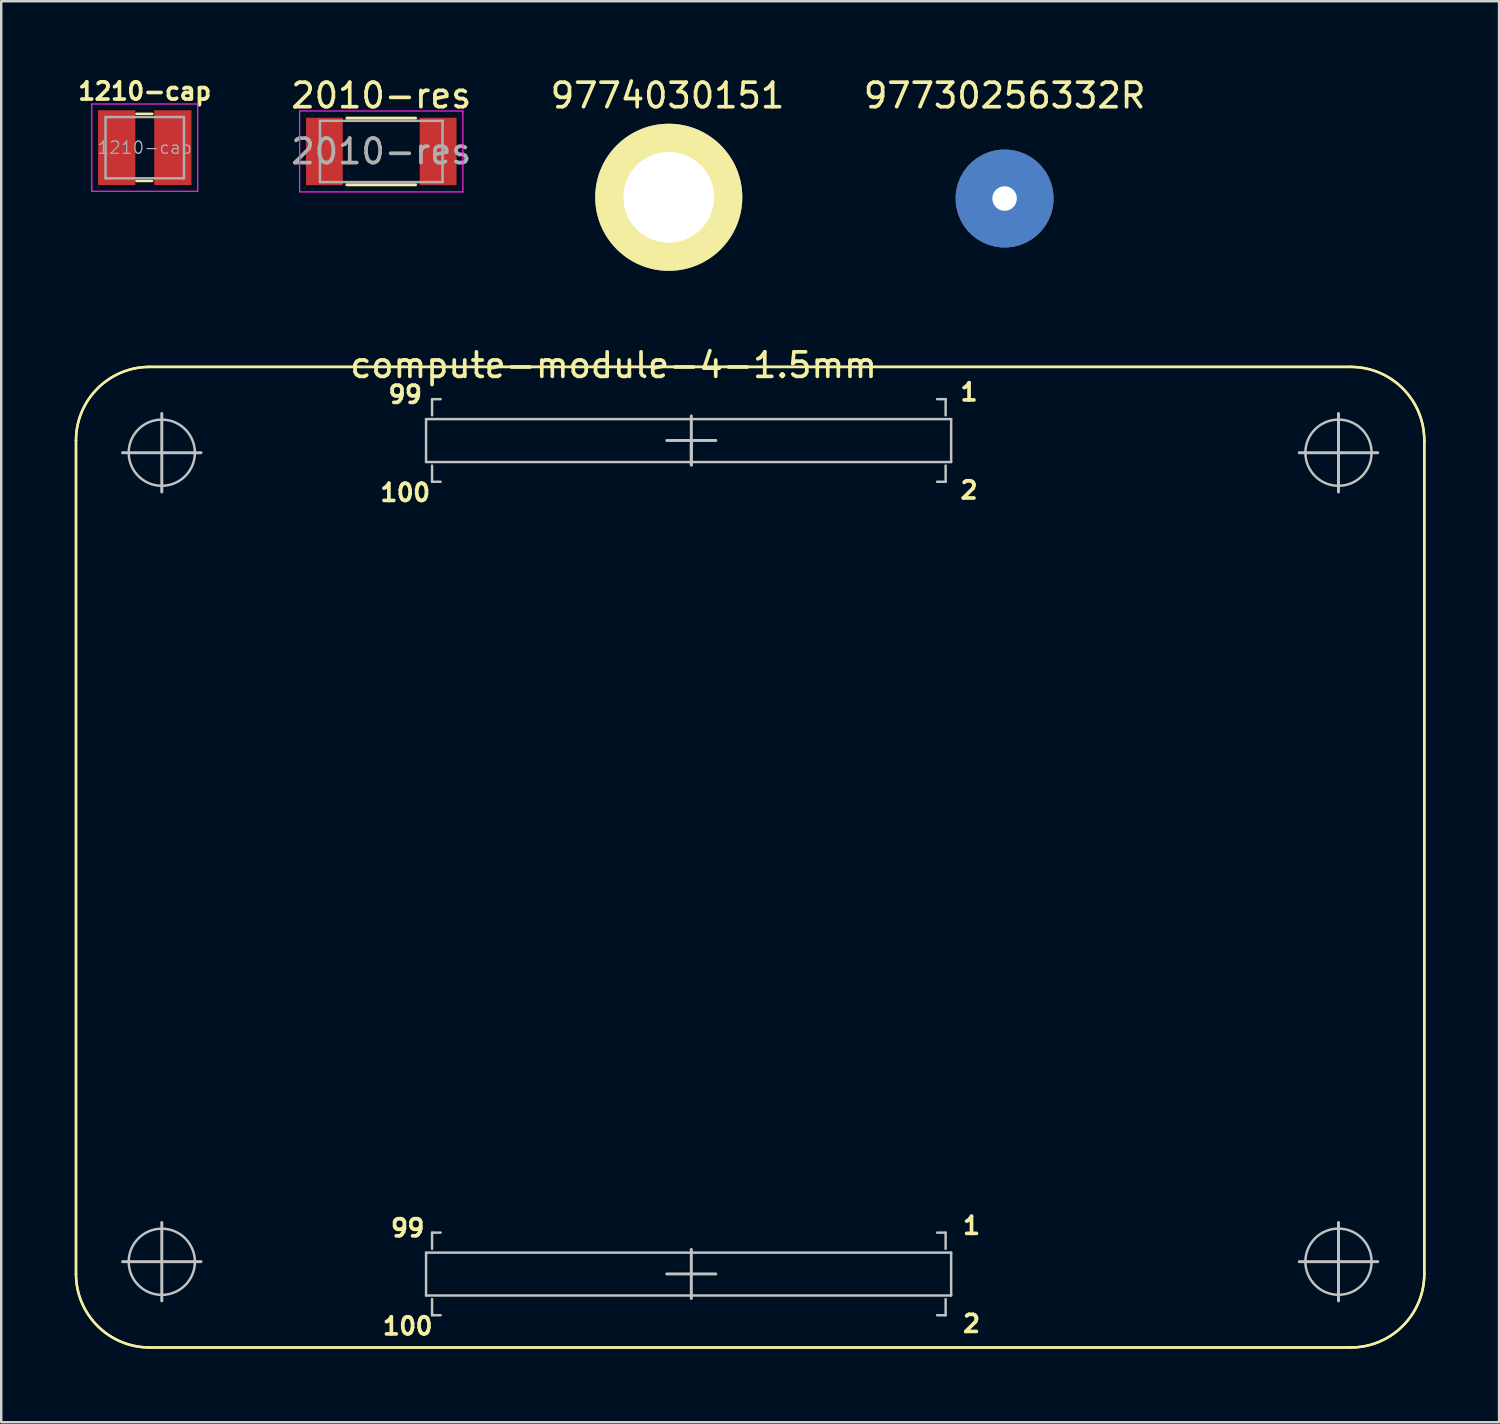
<source format=kicad_pcb>
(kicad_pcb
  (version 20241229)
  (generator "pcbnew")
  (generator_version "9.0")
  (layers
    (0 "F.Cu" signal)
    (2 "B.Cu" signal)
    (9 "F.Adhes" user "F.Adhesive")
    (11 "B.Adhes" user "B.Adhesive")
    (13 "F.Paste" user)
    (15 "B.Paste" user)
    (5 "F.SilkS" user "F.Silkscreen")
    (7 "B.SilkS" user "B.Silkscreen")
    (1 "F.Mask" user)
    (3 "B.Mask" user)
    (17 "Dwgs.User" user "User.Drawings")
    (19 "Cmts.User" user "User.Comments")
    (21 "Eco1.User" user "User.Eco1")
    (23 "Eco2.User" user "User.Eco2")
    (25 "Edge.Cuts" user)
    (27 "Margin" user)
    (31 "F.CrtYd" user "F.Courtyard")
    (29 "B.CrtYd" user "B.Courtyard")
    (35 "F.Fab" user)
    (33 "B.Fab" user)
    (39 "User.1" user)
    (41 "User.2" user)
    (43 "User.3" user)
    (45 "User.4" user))
  (footprint "compute-module-4-1.5mm"
    (layer "F.Cu")
    (at 21.98 11.347)
    (property "Reference" "compute-module-4-1.5mm" (at 0 0.5 0) (layer "F.SilkS") (effects (font (size 1 1) (thickness 0.15))))
    (attr through_hole)
    (fp_line (start -21.93 37.57) (end -21.93 3.57) (stroke (width 0.1) (type solid)) (layer "F.SilkS"))
    (fp_line (start -21.93 37.57) (end -21.93 3.57) (stroke (width 0.1) (type solid)) (layer "F.SilkS"))
    (fp_line (start -18.93 0.57) (end 30.07 0.57) (stroke (width 0.1) (type solid)) (layer "F.SilkS"))
    (fp_line (start -18.93 0.57) (end 30.07 0.57) (stroke (width 0.1) (type solid)) (layer "F.SilkS"))
    (fp_line (start 30.07 40.57) (end -18.93 40.57) (stroke (width 0.1) (type solid)) (layer "F.SilkS"))
    (fp_line (start 30.07 40.57) (end -18.93 40.57) (stroke (width 0.1) (type solid)) (layer "F.SilkS"))
    (fp_line (start 33.07 3.57) (end 33.07 37.57) (stroke (width 0.1) (type solid)) (layer "F.SilkS"))
    (fp_line (start 33.07 3.57) (end 33.07 37.57) (stroke (width 0.1) (type solid)) (layer "F.SilkS"))
    (fp_arc (start -21.93 3.570001) (mid -21.05132 1.448681) (end -18.93 0.57) (stroke (width 0.1) (type solid)) (layer "F.SilkS"))
    (fp_arc (start -21.929999 3.570001) (mid -21.051319 1.448682) (end -18.93 0.570001) (stroke (width 0.1) (type solid)) (layer "F.SilkS"))
    (fp_arc (start -18.929999 40.57) (mid -21.05132 39.691321) (end -21.929999 37.57) (stroke (width 0.1) (type solid)) (layer "F.SilkS"))
    (fp_arc (start -18.929999 40.57) (mid -21.05132 39.691321) (end -21.929999 37.57) (stroke (width 0.1) (type solid)) (layer "F.SilkS"))
    (fp_arc (start 30.070001 0.57) (mid 32.191319 1.448682) (end 33.070001 3.57) (stroke (width 0.1) (type solid)) (layer "F.SilkS"))
    (fp_arc (start 30.070001 0.57) (mid 32.191319 1.448682) (end 33.070001 3.57) (stroke (width 0.1) (type solid)) (layer "F.SilkS"))
    (fp_arc (start 33.07 37.57) (mid 32.19132 39.691319) (end 30.070001 40.57) (stroke (width 0.1) (type solid)) (layer "F.SilkS"))
    (fp_arc (start 33.07 37.57) (mid 32.19132 39.691319) (end 30.070001 40.57) (stroke (width 0.1) (type solid)) (layer "F.SilkS"))
    (fp_line (start -18.43 4.07) (end -20.03 4.07) (stroke (width 0.12) (type solid)) (layer "Dwgs.User"))
    (fp_line (start -18.43 4.07) (end -18.43 2.47) (stroke (width 0.12) (type solid)) (layer "Dwgs.User"))
    (fp_line (start -18.43 4.07) (end -18.43 5.67) (stroke (width 0.12) (type solid)) (layer "Dwgs.User"))
    (fp_line (start -18.43 4.07) (end -16.83 4.07) (stroke (width 0.12) (type solid)) (layer "Dwgs.User"))
    (fp_line (start -18.43 37.07) (end -20.03 37.07) (stroke (width 0.12) (type solid)) (layer "Dwgs.User"))
    (fp_line (start -18.43 37.07) (end -18.43 35.47) (stroke (width 0.12) (type solid)) (layer "Dwgs.User"))
    (fp_line (start -18.43 37.07) (end -18.43 38.67) (stroke (width 0.12) (type solid)) (layer "Dwgs.User"))
    (fp_line (start -18.43 37.07) (end -16.83 37.07) (stroke (width 0.12) (type solid)) (layer "Dwgs.User"))
    (fp_line (start -7.65 2.7) (end -7.65 4.45) (stroke (width 0.1) (type solid)) (layer "Dwgs.User"))
    (fp_line (start -7.65 4.45) (end 13.77 4.45) (stroke (width 0.1) (type solid)) (layer "Dwgs.User"))
    (fp_line (start -7.65 36.7) (end -7.65 38.45) (stroke (width 0.1) (type solid)) (layer "Dwgs.User"))
    (fp_line (start -7.65 38.45) (end 13.77 38.45) (stroke (width 0.1) (type solid)) (layer "Dwgs.User"))
    (fp_line (start -7.405 1.885) (end -7.055 1.885) (stroke (width 0.1) (type solid)) (layer "Dwgs.User"))
    (fp_line (start -7.405 2.545) (end -7.405 1.885) (stroke (width 0.1) (type solid)) (layer "Dwgs.User"))
    (fp_line (start -7.405 5.255) (end -7.405 4.595) (stroke (width 0.1) (type solid)) (layer "Dwgs.User"))
    (fp_line (start -7.405 35.885) (end -7.055 35.885) (stroke (width 0.1) (type solid)) (layer "Dwgs.User"))
    (fp_line (start -7.405 36.545) (end -7.405 35.885) (stroke (width 0.1) (type solid)) (layer "Dwgs.User"))
    (fp_line (start -7.405 39.255) (end -7.405 38.595) (stroke (width 0.1) (type solid)) (layer "Dwgs.User"))
    (fp_line (start -7.405 39.255) (end -7.055 39.255) (stroke (width 0.1) (type solid)) (layer "Dwgs.User"))
    (fp_line (start -7.055 5.255) (end -7.405 5.255) (stroke (width 0.1) (type solid)) (layer "Dwgs.User"))
    (fp_line (start 3.17 3.57) (end 2.17 3.57) (stroke (width 0.12) (type solid)) (layer "Dwgs.User"))
    (fp_line (start 3.17 3.57) (end 3.17 4.57) (stroke (width 0.12) (type solid)) (layer "Dwgs.User"))
    (fp_line (start 3.17 3.57) (end 4.17 3.57) (stroke (width 0.12) (type solid)) (layer "Dwgs.User"))
    (fp_line (start 3.17 4.57) (end 3.17 2.57) (stroke (width 0.12) (type solid)) (layer "Dwgs.User"))
    (fp_line (start 3.17 37.57) (end 2.17 37.57) (stroke (width 0.12) (type solid)) (layer "Dwgs.User"))
    (fp_line (start 3.17 37.57) (end 4.17 37.57) (stroke (width 0.12) (type solid)) (layer "Dwgs.User"))
    (fp_line (start 3.17 38.57) (end 3.17 36.57) (stroke (width 0.12) (type solid)) (layer "Dwgs.User"))
    (fp_line (start 13.545 1.885) (end 13.195 1.885) (stroke (width 0.1) (type solid)) (layer "Dwgs.User"))
    (fp_line (start 13.545 2.545) (end 13.545 1.885) (stroke (width 0.1) (type solid)) (layer "Dwgs.User"))
    (fp_line (start 13.545 4.595) (end 13.545 5.255) (stroke (width 0.1) (type solid)) (layer "Dwgs.User"))
    (fp_line (start 13.545 5.255) (end 13.195 5.255) (stroke (width 0.1) (type solid)) (layer "Dwgs.User"))
    (fp_line (start 13.545 35.885) (end 13.195 35.885) (stroke (width 0.1) (type solid)) (layer "Dwgs.User"))
    (fp_line (start 13.545 35.885) (end 13.545 36.545) (stroke (width 0.1) (type solid)) (layer "Dwgs.User"))
    (fp_line (start 13.545 38.595) (end 13.545 39.255) (stroke (width 0.1) (type solid)) (layer "Dwgs.User"))
    (fp_line (start 13.545 39.255) (end 13.195 39.255) (stroke (width 0.1) (type solid)) (layer "Dwgs.User"))
    (fp_line (start 13.77 2.7) (end -7.65 2.7) (stroke (width 0.1) (type solid)) (layer "Dwgs.User"))
    (fp_line (start 13.77 4.45) (end 13.77 2.7) (stroke (width 0.1) (type solid)) (layer "Dwgs.User"))
    (fp_line (start 13.77 36.7) (end -7.65 36.7) (stroke (width 0.1) (type solid)) (layer "Dwgs.User"))
    (fp_line (start 13.77 38.45) (end 13.77 36.7) (stroke (width 0.1) (type solid)) (layer "Dwgs.User"))
    (fp_line (start 29.57 4.07) (end 27.97 4.07) (stroke (width 0.12) (type solid)) (layer "Dwgs.User"))
    (fp_line (start 29.57 4.07) (end 29.57 2.47) (stroke (width 0.12) (type solid)) (layer "Dwgs.User"))
    (fp_line (start 29.57 4.07) (end 29.57 5.67) (stroke (width 0.12) (type solid)) (layer "Dwgs.User"))
    (fp_line (start 29.57 4.07) (end 31.17 4.07) (stroke (width 0.12) (type solid)) (layer "Dwgs.User"))
    (fp_line (start 29.57 37.07) (end 27.97 37.07) (stroke (width 0.12) (type solid)) (layer "Dwgs.User"))
    (fp_line (start 29.57 37.07) (end 29.57 35.47) (stroke (width 0.12) (type solid)) (layer "Dwgs.User"))
    (fp_line (start 29.57 37.07) (end 29.57 38.67) (stroke (width 0.12) (type solid)) (layer "Dwgs.User"))
    (fp_line (start 29.57 37.07) (end 31.17 37.07) (stroke (width 0.12) (type solid)) (layer "Dwgs.User"))
    (fp_circle (center -18.43 37.074) (end -19.78 37.074) (stroke (width 0.1) (type solid)) (fill no) (layer "Dwgs.User"))
    (fp_circle (center -18.43 4.07) (end -19.78 4.07) (stroke (width 0.1) (type solid)) (fill no) (layer "Dwgs.User"))
    (fp_circle (center 29.57 4.07) (end 28.22 4.07) (stroke (width 0.1) (type solid)) (fill no) (layer "Dwgs.User"))
    (fp_circle (center 29.57 37.07) (end 28.22 37.07) (stroke (width 0.1) (type solid)) (fill no) (layer "Dwgs.User"))
    (fp_text user "100" (at -8.5 5.7 0) (layer "F.SilkS") (effects (font (size 0.7 0.7) (thickness 0.15))))
    (fp_text user "2" (at 14.6 39.6 0) (layer "F.SilkS") (effects (font (size 0.7 0.7) (thickness 0.15))))
    (fp_text user "100" (at -8.4 39.7 0) (layer "F.SilkS") (effects (font (size 0.7 0.7) (thickness 0.15))))
    (fp_text user "99" (at -8.5 1.7 0) (layer "F.SilkS") (effects (font (size 0.7 0.7) (thickness 0.15))))
    (fp_text user "1" (at 14.5 1.6 0) (layer "F.SilkS") (effects (font (size 0.7 0.7) (thickness 0.15))))
    (fp_text user "2" (at 14.5 5.6 0) (layer "F.SilkS") (effects (font (size 0.7 0.7) (thickness 0.15))))
    (fp_text user "99" (at -8.4 35.7 0) (layer "F.SilkS") (effects (font (size 0.7 0.7) (thickness 0.15))))
    (fp_text user "1" (at 14.6 35.6 0) (layer "F.SilkS") (effects (font (size 0.7 0.7) (thickness 0.15)))))
  (footprint "2010-res"
    (layer "F.Cu")
    (at 12.502 3.128)
    (property "Reference" "2010-res" (at 0 -2.28 0) (layer "F.SilkS") (effects (font (size 1 1) (thickness 0.15))))
    (attr smd)
    (fp_line (start -1.402 -1.36) (end 1.402 -1.36) (stroke (width 0.12) (type solid)) (layer "F.SilkS"))
    (fp_line (start -1.402 1.36) (end 1.402 1.36) (stroke (width 0.12) (type solid)) (layer "F.SilkS"))
    (fp_line (start -3.33 -1.65) (end 3.33 -1.65) (stroke (width 0.05) (type solid)) (layer "F.CrtYd"))
    (fp_line (start -3.33 1.65) (end -3.33 -1.65) (stroke (width 0.05) (type solid)) (layer "F.CrtYd"))
    (fp_line (start 3.33 -1.65) (end 3.33 1.65) (stroke (width 0.05) (type solid)) (layer "F.CrtYd"))
    (fp_line (start 3.33 1.65) (end -3.33 1.65) (stroke (width 0.05) (type solid)) (layer "F.CrtYd"))
    (fp_line (start -2.5 -1.25) (end 2.5 -1.25) (stroke (width 0.1) (type solid)) (layer "F.Fab"))
    (fp_line (start -2.5 1.25) (end -2.5 -1.25) (stroke (width 0.1) (type solid)) (layer "F.Fab"))
    (fp_line (start 2.5 -1.25) (end 2.5 1.25) (stroke (width 0.1) (type solid)) (layer "F.Fab"))
    (fp_line (start 2.5 1.25) (end -2.5 1.25) (stroke (width 0.1) (type solid)) (layer "F.Fab"))
    (fp_text user "${REFERENCE}" (at 0 0 0) (layer "F.Fab") (effects (font (size 1 1) (thickness 0.15))))
    (pad "1" smd rect (at -2.32 0) (size 1.5 2.75) (layers "F.Cu" "F.Mask" "F.Paste"))
    (pad "2" smd rect (at 2.32 0) (size 1.5 2.75) (layers "F.Cu" "F.Mask" "F.Paste")))
  (footprint "1210-cap"
    (layer "F.Cu")
    (at 2.855 2.973)
    (property "Reference" "1210-cap" (at 0 -2.3 0) (layer "F.SilkS") (effects (font (size 0.7 0.7) (thickness 0.15))))
    (attr smd)
    (fp_line (start -0.34 -1.38) (end 0.31 -1.38) (stroke (width 0.1) (type solid)) (layer "F.SilkS"))
    (fp_line (start -0.34 1.36) (end 0.3 1.36) (stroke (width 0.1) (type solid)) (layer "F.SilkS"))
    (fp_line (start -2.16 -1.78) (end 2.16 -1.78) (stroke (width 0.05) (type solid)) (layer "F.CrtYd"))
    (fp_line (start -2.16 1.78) (end -2.16 -1.78) (stroke (width 0.05) (type solid)) (layer "F.CrtYd"))
    (fp_line (start 2.16 -1.78) (end 2.16 1.78) (stroke (width 0.05) (type solid)) (layer "F.CrtYd"))
    (fp_line (start 2.16 1.78) (end -2.16 1.78) (stroke (width 0.05) (type solid)) (layer "F.CrtYd"))
    (fp_line (start -1.6 -1.25) (end -1.6 1.25) (stroke (width 0.1) (type solid)) (layer "F.Fab"))
    (fp_line (start -1.6 -1.25) (end 1.6 -1.25) (stroke (width 0.1) (type solid)) (layer "F.Fab"))
    (fp_line (start -1.6 1.25) (end 1.6 1.25) (stroke (width 0.1) (type solid)) (layer "F.Fab"))
    (fp_line (start 1.6 1.25) (end 1.6 -1.25) (stroke (width 0.1) (type solid)) (layer "F.Fab"))
    (fp_text user "${REFERENCE}" (at 0 0 0) (layer "F.Fab") (effects (font (size 0.5 0.5) (thickness 0.05))))
    (pad "1" smd rect (at -1.145 0) (size 1.52 3.05) (layers "F.Cu" "F.Mask" "F.Paste"))
    (pad "2" smd rect (at 1.145 0) (size 1.52 3.05) (layers "F.Cu" "F.Mask" "F.Paste")))
  (footprint "9774030151"
    (layer "F.Cu")
    (at 24.18 5.048)
    (property "Reference" "9774030151" (at 0 -4.2 0) (layer "F.SilkS") (effects (font (size 1 1) (thickness 0.15))))
    (attr through_hole)
    (pad "1" thru_hole circle (at 0.05 -0.05) (size 6 6) (drill 3.7) (layers "*.Cu" "F.Mask" "F.SilkS")))
  (footprint "97730256332R"
    (layer "F.Cu")
    (at 37.93 5.048)
    (property "Reference" "97730256332R" (at 0 -4.2 0) (layer "F.SilkS") (effects (font (size 1 1) (thickness 0.15))))
    (attr through_hole)
    (fp_line (start -1.85 0.57) (end -1.85 -0.58) (stroke (width 0.12) (type solid)) (layer "F.Paste"))
    (fp_line (start -1.75 0.82) (end -1.75 -0.83) (stroke (width 0.12) (type solid)) (layer "F.Paste"))
    (fp_line (start -1.65 1) (end -1.65 -1.025) (stroke (width 0.12) (type solid)) (layer "F.Paste"))
    (fp_line (start -1.55 1.15) (end -1.55 -1.16) (stroke (width 0.12) (type solid)) (layer "F.Paste"))
    (fp_line (start -1.45 1.275) (end -1.45 -1.275) (stroke (width 0.12) (type solid)) (layer "F.Paste"))
    (fp_line (start -1.35 1.375) (end -1.35 -1.375) (stroke (width 0.12) (type solid)) (layer "F.Paste"))
    (fp_line (start -1.25 1.475) (end -1.25 -1.47) (stroke (width 0.12) (type solid)) (layer "F.Paste"))
    (fp_line (start -1.15 1.55) (end -1.15 -1.55) (stroke (width 0.12) (type solid)) (layer "F.Paste"))
    (fp_line (start -1.05 1.625) (end -1.05 -1.625) (stroke (width 0.12) (type solid)) (layer "F.Paste"))
    (fp_line (start -0.95 1.675) (end -0.95 -1.68) (stroke (width 0.12) (type solid)) (layer "F.Paste"))
    (fp_line (start -0.85 1.725) (end -0.85 -1.74) (stroke (width 0.12) (type solid)) (layer "F.Paste"))
    (fp_line (start -0.75 1.775) (end -0.75 -1.78) (stroke (width 0.12) (type solid)) (layer "F.Paste"))
    (fp_line (start -0.65 1.825) (end -0.65 -1.825) (stroke (width 0.12) (type solid)) (layer "F.Paste"))
    (fp_line (start -0.55 -1.87) (end -0.55 1.86) (stroke (width 0.12) (type solid)) (layer "F.Paste"))
    (fp_line (start 0.55 1.87) (end 0.55 -1.86) (stroke (width 0.12) (type solid)) (layer "F.Paste"))
    (fp_line (start 0.65 -1.825) (end 0.65 1.825) (stroke (width 0.12) (type solid)) (layer "F.Paste"))
    (fp_line (start 0.75 -1.775) (end 0.75 1.78) (stroke (width 0.12) (type solid)) (layer "F.Paste"))
    (fp_line (start 0.85 -1.725) (end 0.85 1.74) (stroke (width 0.12) (type solid)) (layer "F.Paste"))
    (fp_line (start 0.95 -1.675) (end 0.95 1.68) (stroke (width 0.12) (type solid)) (layer "F.Paste"))
    (fp_line (start 1.05 -1.625) (end 1.05 1.625) (stroke (width 0.12) (type solid)) (layer "F.Paste"))
    (fp_line (start 1.15 -1.55) (end 1.15 1.55) (stroke (width 0.12) (type solid)) (layer "F.Paste"))
    (fp_line (start 1.25 -1.475) (end 1.25 1.47) (stroke (width 0.12) (type solid)) (layer "F.Paste"))
    (fp_line (start 1.35 -1.375) (end 1.35 1.375) (stroke (width 0.12) (type solid)) (layer "F.Paste"))
    (fp_line (start 1.45 -1.275) (end 1.45 1.275) (stroke (width 0.12) (type solid)) (layer "F.Paste"))
    (fp_line (start 1.55 -1.15) (end 1.55 1.16) (stroke (width 0.12) (type solid)) (layer "F.Paste"))
    (fp_line (start 1.65 -1) (end 1.65 1.025) (stroke (width 0.12) (type solid)) (layer "F.Paste"))
    (fp_line (start 1.75 -0.82) (end 1.75 0.83) (stroke (width 0.12) (type solid)) (layer "F.Paste"))
    (fp_line (start 1.85 -0.57) (end 1.85 0.58) (stroke (width 0.12) (type solid)) (layer "F.Paste"))
    (fp_arc (start -0.556661 1.873033) (mid -1.953999 -0.003473) (end -0.55 -1.875) (stroke (width 0.1) (type solid)) (layer "F.Paste"))
    (fp_arc (start 0.556661 -1.873033) (mid 1.953999 0.003473) (end 0.55 1.875) (stroke (width 0.1) (type solid)) (layer "F.Paste"))
    (pad "1" thru_hole custom (at 0 0) (size 4 4) (drill 1) (layers "F.Cu" "F.Mask") (options (anchor circle)) (primitives)))
  (gr_rect
    (start -3 -3)
    (end 58.1 54.967)
    (stroke (width 0.1) (type default))
    (fill no)
    (layer "Edge.Cuts")))
</source>
